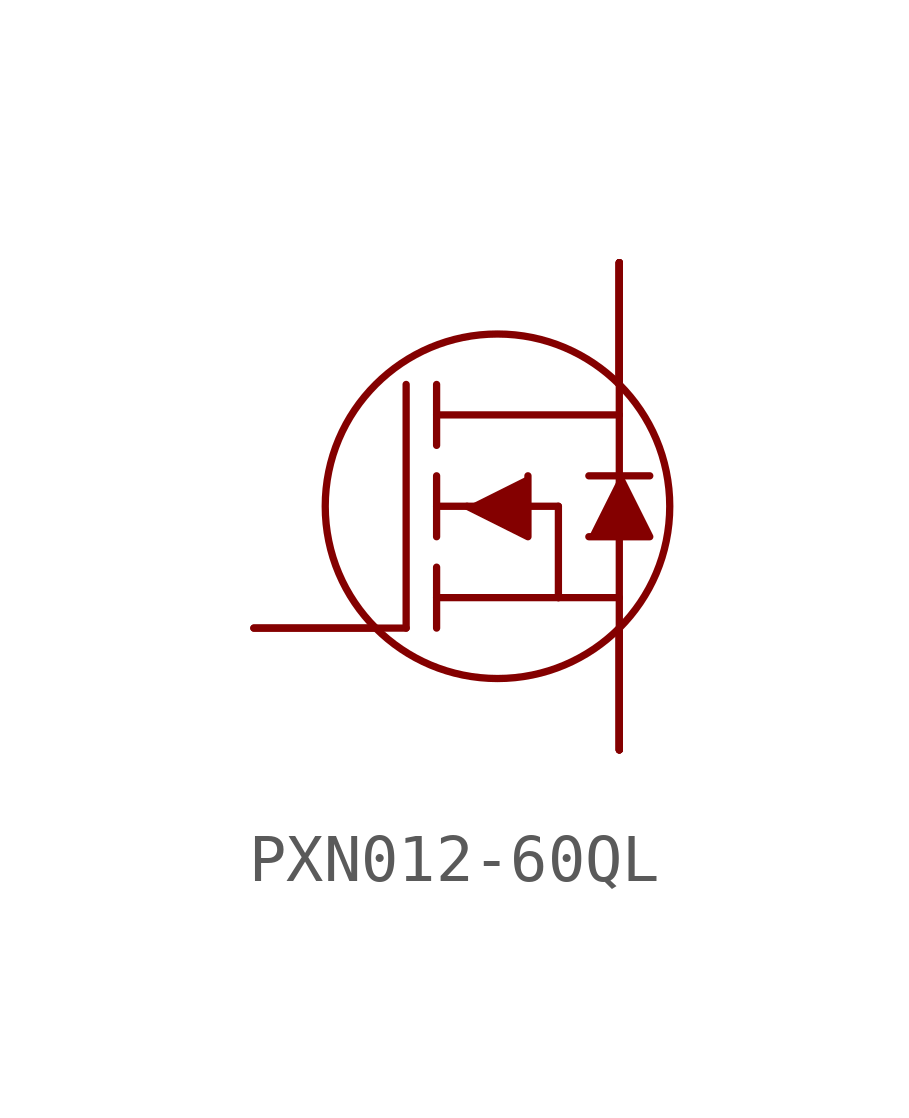
<source format=kicad_sym>
(kicad_symbol_lib
  (version 20220914)
  (generator kicad_symbol_editor)
  (symbol "PXN012-60QL"
    (property "Reference" ""
      (at 1.905 -1.905 90)
      (effects (font (size 0.813 0.691)) (justify left bottom) hide))
    (property "ki_locked" ""
      (at 0 0 0)
      (effects (font (size 1.27 1.27))))
    (symbol "PXN012-60QL_1_0"
      (circle (center -2.54 0) (radius 3.592) (stroke (width 0.152) (type solid)) (fill (type none)))
      (polyline (pts (xy -4.445 -2.54) (xy -7.62 -2.54)) (stroke (width 0.152) (type solid)) (fill (type none)))
      (polyline (pts (xy -4.445 2.54) (xy -4.445 -2.54)) (stroke (width 0.152) (type solid)) (fill (type none)))
      (polyline (pts (xy -3.81 -1.27) (xy -3.81 -2.54)) (stroke (width 0.152) (type solid)) (fill (type none)))
      (polyline (pts (xy -3.81 -0.635) (xy -3.81 0.635)) (stroke (width 0.152) (type solid)) (fill (type none)))
      (polyline (pts (xy -3.81 0) (xy -1.27 0)) (stroke (width 0.152) (type solid)) (fill (type none)))
      (polyline (pts (xy -3.81 1.27) (xy -3.81 2.54)) (stroke (width 0.152) (type solid)) (fill (type none)))
      (polyline (pts (xy -3.81 1.905) (xy 0 1.905)) (stroke (width 0.152) (type solid)) (fill (type none)))
      (polyline (pts (xy -1.27 -1.905) (xy -3.81 -1.905)) (stroke (width 0.152) (type solid)) (fill (type none)))
      (polyline (pts (xy -1.27 0) (xy -1.27 -1.905)) (stroke (width 0.152) (type solid)) (fill (type none)))
      (polyline (pts (xy -0.635 0.635) (xy 0.635 0.635)) (stroke (width 0.152) (type solid)) (fill (type none)))
      (polyline (pts (xy 0 -1.905) (xy -1.27 -1.905)) (stroke (width 0.152) (type solid)) (fill (type none)))
      (polyline (pts (xy 0 -1.905) (xy 0 -5.08)) (stroke (width 0.152) (type solid)) (fill (type none)))
      (polyline (pts (xy 0 1.905) (xy 0 -1.905)) (stroke (width 0.152) (type solid)) (fill (type none)))
      (polyline (pts (xy 0 1.905) (xy 0 5.08)) (stroke (width 0.152) (type solid)) (fill (type none)))
      (polyline (pts (xy -1.905 0.635) (xy -1.905 -0.635) (xy -3.175 0)) (stroke (width 0.152) (type solid)) (fill (type outline)))
      (polyline (pts (xy -0.635 -0.635) (xy 0.635 -0.635) (xy 0 0.635)) (stroke (width 0.152) (type solid)) (fill (type outline)))
      (pin bidirectional line (at 0 5.08 270) (length 2.54) (name "DRAIN" (effects (font (size 0 0)))) (number "DRAIN1" (effects (font (size 0 0)))))
      (pin bidirectional line (at 0 5.08 270) (length 2.54) (name "DRAIN" (effects (font (size 0 0)))) (number "DRAIN2" (effects (font (size 0 0)))))
      (pin bidirectional line (at 0 5.08 270) (length 2.54) (name "DRAIN" (effects (font (size 0 0)))) (number "DRAIN3" (effects (font (size 0 0)))))
      (pin bidirectional line (at 0 5.08 270) (length 2.54) (name "DRAIN" (effects (font (size 0 0)))) (number "DRAIN4" (effects (font (size 0 0)))))
      (pin bidirectional line (at -7.62 -2.54 0) (length 2.54) (name "GATE" (effects (font (size 0 0)))) (number "GATE" (effects (font (size 0 0)))))
      (pin bidirectional line (at 0 -5.08 90) (length 2.54) (name "SOURCE" (effects (font (size 0 0)))) (number "SOURCE1" (effects (font (size 0 0)))))
      (pin bidirectional line (at 0 -5.08 90) (length 2.54) (name "SOURCE" (effects (font (size 0 0)))) (number "SOURCE2" (effects (font (size 0 0)))))
      (pin bidirectional line (at 0 -5.08 90) (length 2.54) (name "SOURCE" (effects (font (size 0 0)))) (number "SOURCE3" (effects (font (size 0 0))))))))
</source>
